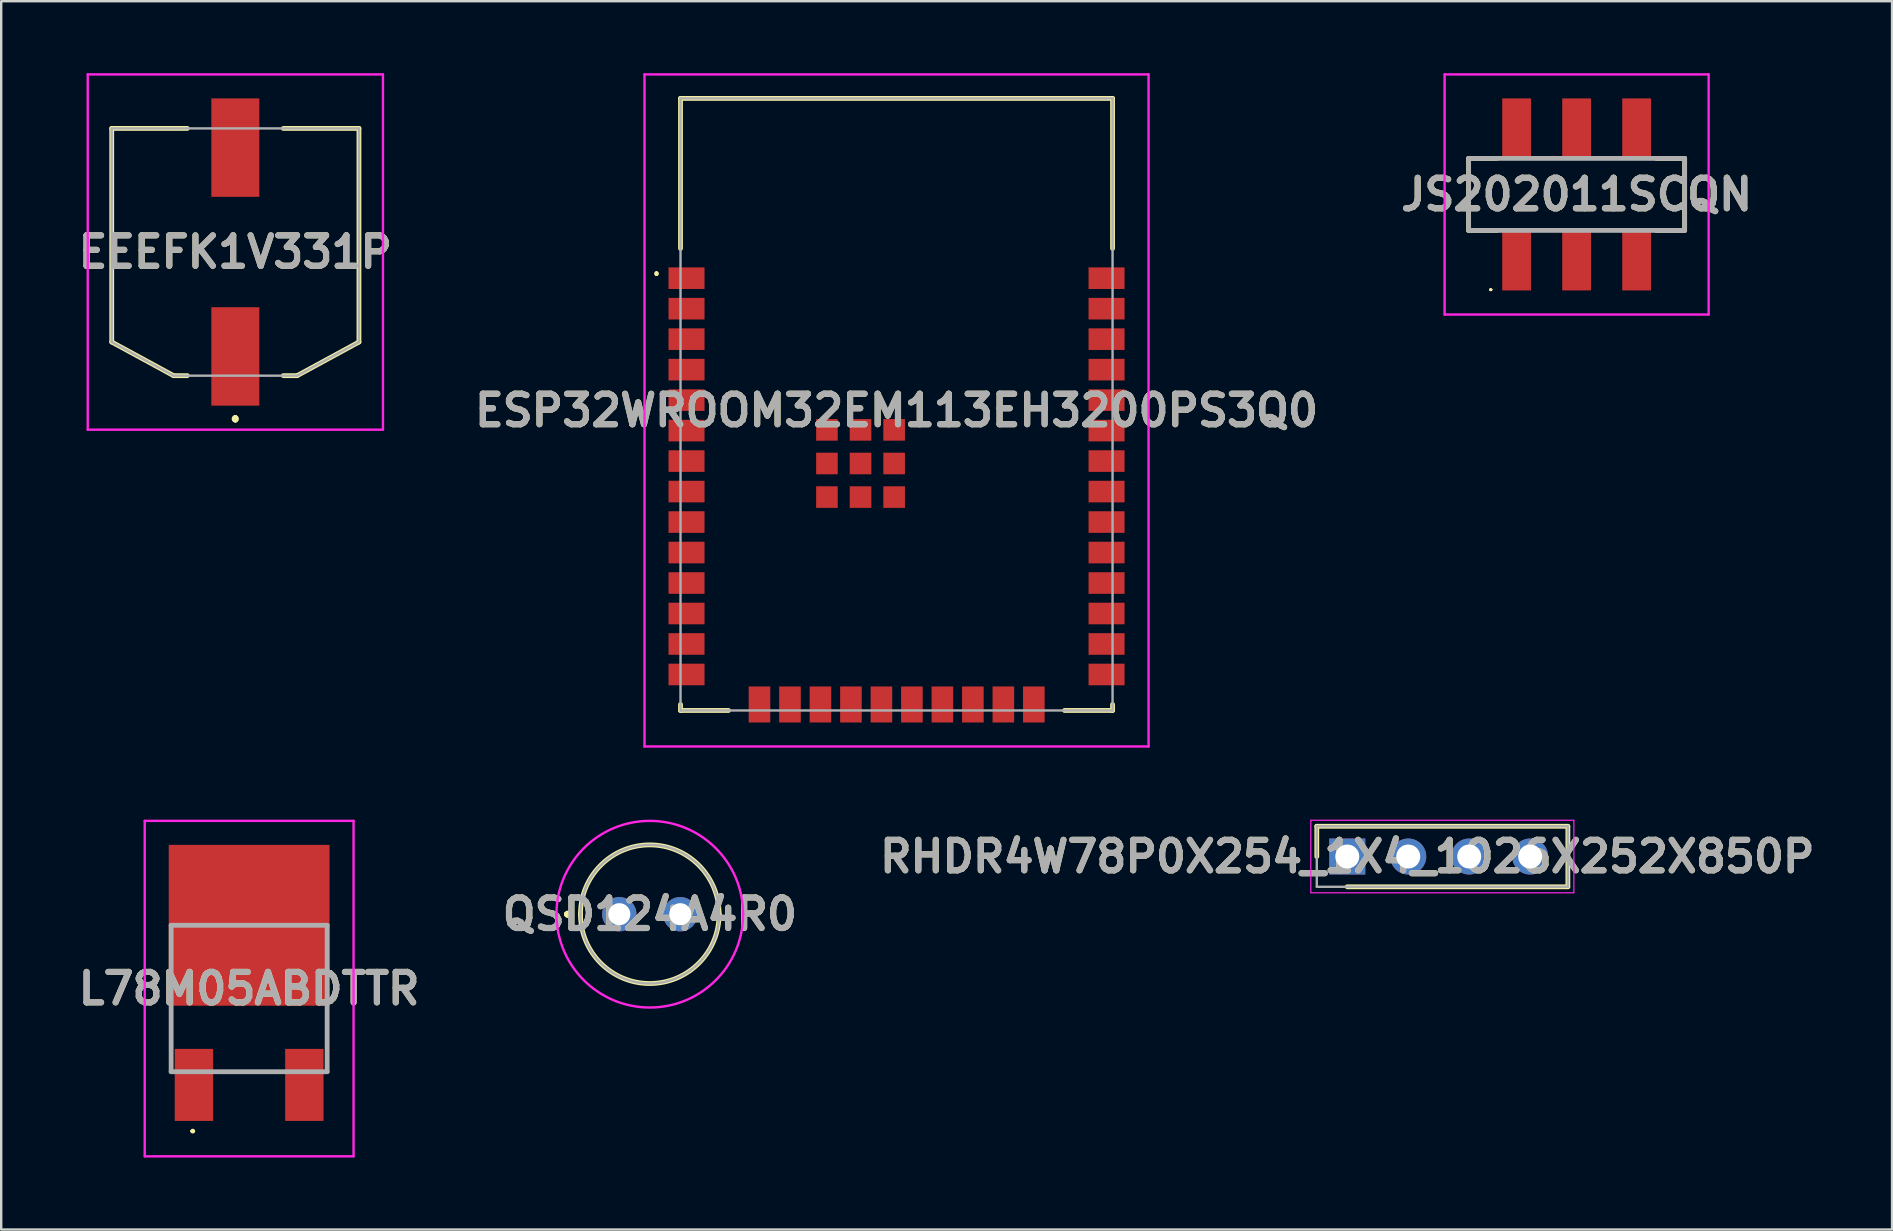
<source format=kicad_pcb>
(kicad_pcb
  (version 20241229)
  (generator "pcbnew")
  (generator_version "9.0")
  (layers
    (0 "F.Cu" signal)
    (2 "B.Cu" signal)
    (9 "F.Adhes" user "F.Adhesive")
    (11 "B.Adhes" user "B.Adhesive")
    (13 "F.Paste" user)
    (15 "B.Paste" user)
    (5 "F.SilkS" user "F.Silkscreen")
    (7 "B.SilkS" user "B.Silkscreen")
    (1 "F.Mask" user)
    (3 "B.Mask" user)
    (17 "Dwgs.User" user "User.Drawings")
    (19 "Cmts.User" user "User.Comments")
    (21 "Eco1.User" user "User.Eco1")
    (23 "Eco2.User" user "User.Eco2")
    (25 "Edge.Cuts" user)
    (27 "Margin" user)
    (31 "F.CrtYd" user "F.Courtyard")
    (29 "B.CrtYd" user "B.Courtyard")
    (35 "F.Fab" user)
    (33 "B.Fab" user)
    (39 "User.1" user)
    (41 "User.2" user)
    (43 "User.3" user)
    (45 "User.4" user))
  (footprint "L78M05ABDTTR"
    (layer "F.Cu")
    (at 7.33 38.825)
    (property "Reference" "L78M05ABDTTR" (at 0 -0.688 0) (layer "F.SilkS") (effects (font (size 1.27 1.27) (thickness 0.254))))
    (attr smd)
    (fp_line (start -3.25 0.5) (end -3.25 1.5) (stroke (width 0.1) (type solid)) (layer "F.SilkS"))
    (fp_line (start -2.4 5.25) (end -2.4 5.25) (stroke (width 0.1) (type solid)) (layer "F.SilkS"))
    (fp_line (start -2.3 5.25) (end -2.3 5.25) (stroke (width 0.1) (type solid)) (layer "F.SilkS"))
    (fp_line (start -1.25 2.775) (end 1.25 2.775) (stroke (width 0.1) (type solid)) (layer "F.SilkS"))
    (fp_line (start 3.25 0.5) (end 3.25 1.5) (stroke (width 0.1) (type solid)) (layer "F.SilkS"))
    (fp_arc (start -2.4 5.25) (mid -2.35 5.2) (end -2.3 5.25) (stroke (width 0.1) (type solid)) (layer "F.SilkS"))
    (fp_arc (start -2.3 5.25) (mid -2.35 5.3) (end -2.4 5.25) (stroke (width 0.1) (type solid)) (layer "F.SilkS"))
    (fp_line (start -4.35 -7.675) (end 4.35 -7.675) (stroke (width 0.1) (type solid)) (layer "F.CrtYd"))
    (fp_line (start -4.35 6.3) (end -4.35 -7.675) (stroke (width 0.1) (type solid)) (layer "F.CrtYd"))
    (fp_line (start 4.35 -7.675) (end 4.35 6.3) (stroke (width 0.1) (type solid)) (layer "F.CrtYd"))
    (fp_line (start 4.35 6.3) (end -4.35 6.3) (stroke (width 0.1) (type solid)) (layer "F.CrtYd"))
    (fp_line (start -3.25 -3.325) (end 3.25 -3.325) (stroke (width 0.2) (type solid)) (layer "F.Fab"))
    (fp_line (start -3.25 2.775) (end -3.25 -3.325) (stroke (width 0.2) (type solid)) (layer "F.Fab"))
    (fp_line (start 3.25 -3.325) (end 3.25 2.775) (stroke (width 0.2) (type solid)) (layer "F.Fab"))
    (fp_line (start 3.25 2.775) (end -3.25 2.775) (stroke (width 0.2) (type solid)) (layer "F.Fab"))
    (fp_text user "${REFERENCE}" (at 0 -0.688 0) (layer "F.Fab") (effects (font (size 1.27 1.27) (thickness 0.254))))
    (pad "1" smd rect (at -2.3 3.325) (size 1.6 3) (layers "F.Cu" "F.Mask" "F.Paste"))
    (pad "2" smd rect (at 0 -3.325 90) (size 6.7 6.7) (layers "F.Cu" "F.Mask" "F.Paste"))
    (pad "3" smd rect (at 2.3 3.325) (size 1.6 3) (layers "F.Cu" "F.Mask" "F.Paste")))
  (footprint "JS202011SCQN"
    (layer "F.Cu")
    (at 62.636 5.05)
    (property "Reference" "JS202011SCQN" (at 0 0.002 0) (layer "F.SilkS") (effects (font (size 1.27 1.27) (thickness 0.254))))
    (attr smd)
    (fp_line (start -4.5 -1.5) (end -4.5 1.5) (stroke (width 0.2) (type solid)) (layer "F.SilkS"))
    (fp_line (start -4.5 -1.5) (end -3.323 -1.5) (stroke (width 0.2) (type solid)) (layer "F.SilkS"))
    (fp_line (start -4.5 1.5) (end -3.323 1.5) (stroke (width 0.2) (type solid)) (layer "F.SilkS"))
    (fp_line (start -3.614 3.968) (end -3.614 3.968) (stroke (width 0.072) (type solid)) (layer "F.SilkS"))
    (fp_line (start -3.542 3.968) (end -3.542 3.968) (stroke (width 0.072) (type solid)) (layer "F.SilkS"))
    (fp_line (start 4.5 -1.5) (end 3.323 -1.5) (stroke (width 0.2) (type solid)) (layer "F.SilkS"))
    (fp_line (start 4.5 1.5) (end 3.323 1.5) (stroke (width 0.2) (type solid)) (layer "F.SilkS"))
    (fp_line (start 4.5 1.5) (end 4.5 -1.5) (stroke (width 0.2) (type solid)) (layer "F.SilkS"))
    (fp_arc (start -3.614 3.968) (mid -3.578 3.932) (end -3.542 3.968) (stroke (width 0.07159) (type solid)) (layer "F.SilkS"))
    (fp_arc (start -3.542 3.968) (mid -3.578 4.004) (end -3.614 3.968) (stroke (width 0.07159) (type solid)) (layer "F.SilkS"))
    (fp_line (start -5.5 -5) (end 5.5 -5) (stroke (width 0.1) (type solid)) (layer "F.CrtYd"))
    (fp_line (start -5.5 5.004) (end -5.5 -5) (stroke (width 0.1) (type solid)) (layer "F.CrtYd"))
    (fp_line (start 5.5 -5) (end 5.5 5.004) (stroke (width 0.1) (type solid)) (layer "F.CrtYd"))
    (fp_line (start 5.5 5.004) (end -5.5 5.004) (stroke (width 0.1) (type solid)) (layer "F.CrtYd"))
    (fp_line (start -4.5 -1.5) (end 4.5 -1.5) (stroke (width 0.2) (type solid)) (layer "F.Fab"))
    (fp_line (start -4.5 1.5) (end -4.5 -1.5) (stroke (width 0.2) (type solid)) (layer "F.Fab"))
    (fp_line (start 4.5 -1.5) (end 4.5 1.5) (stroke (width 0.2) (type solid)) (layer "F.Fab"))
    (fp_line (start 4.5 1.5) (end -4.5 1.5) (stroke (width 0.2) (type solid)) (layer "F.Fab"))
    (fp_text user "${REFERENCE}" (at 0 0.002 0) (layer "F.Fab") (effects (font (size 1.27 1.27) (thickness 0.254))))
    (pad "1" smd rect (at -2.5 2.75) (size 1.2 2.5) (layers "F.Cu" "F.Mask" "F.Paste"))
    (pad "2" smd rect (at 0 2.75) (size 1.2 2.5) (layers "F.Cu" "F.Mask" "F.Paste"))
    (pad "3" smd rect (at 2.5 2.75) (size 1.2 2.5) (layers "F.Cu" "F.Mask" "F.Paste"))
    (pad "4" smd rect (at 2.5 -2.75) (size 1.2 2.5) (layers "F.Cu" "F.Mask" "F.Paste"))
    (pad "5" smd rect (at 0 -2.75) (size 1.2 2.5) (layers "F.Cu" "F.Mask" "F.Paste"))
    (pad "6" smd rect (at -2.5 -2.75) (size 1.2 2.5) (layers "F.Cu" "F.Mask" "F.Paste")))
  (footprint "EEEFK1V331P"
    (layer "F.Cu")
    (at 6.755 7.45)
    (property "Reference" "EEEFK1V331P" (at 0 0 0) (layer "F.SilkS") (effects (font (size 1.27 1.27) (thickness 0.254))))
    (attr smd)
    (fp_line (start -5.15 -5.15) (end -2 -5.15) (stroke (width 0.2) (type solid)) (layer "F.SilkS"))
    (fp_line (start -5.15 3.75) (end -5.15 -5.15) (stroke (width 0.2) (type solid)) (layer "F.SilkS"))
    (fp_line (start -2.575 5.15) (end -5.15 3.75) (stroke (width 0.2) (type solid)) (layer "F.SilkS"))
    (fp_line (start -2 5.15) (end -2.575 5.15) (stroke (width 0.2) (type solid)) (layer "F.SilkS"))
    (fp_line (start 0 6.9) (end 0 6.9) (stroke (width 0.2) (type solid)) (layer "F.SilkS"))
    (fp_line (start 0 6.9) (end 0 6.9) (stroke (width 0.2) (type solid)) (layer "F.SilkS"))
    (fp_line (start 0 7) (end 0 7) (stroke (width 0.2) (type solid)) (layer "F.SilkS"))
    (fp_line (start 2 -5.15) (end 5.15 -5.15) (stroke (width 0.2) (type solid)) (layer "F.SilkS"))
    (fp_line (start 2.575 5.15) (end 2 5.15) (stroke (width 0.2) (type solid)) (layer "F.SilkS"))
    (fp_line (start 5.15 -5.15) (end 5.15 3.75) (stroke (width 0.2) (type solid)) (layer "F.SilkS"))
    (fp_line (start 5.15 3.75) (end 2.575 5.15) (stroke (width 0.2) (type solid)) (layer "F.SilkS"))
    (fp_arc (start 0 6.9) (mid 0.05 6.95) (end 0 7) (stroke (width 0.2) (type solid)) (layer "F.SilkS"))
    (fp_arc (start 0 7) (mid -0.05 6.95) (end 0 6.9) (stroke (width 0.2) (type solid)) (layer "F.SilkS"))
    (fp_arc (start 0 7) (mid -0.05 6.95) (end 0 6.9) (stroke (width 0.2) (type solid)) (layer "F.SilkS"))
    (fp_line (start -6.15 -7.4) (end 6.15 -7.4) (stroke (width 0.1) (type solid)) (layer "F.CrtYd"))
    (fp_line (start -6.15 7.4) (end -6.15 -7.4) (stroke (width 0.1) (type solid)) (layer "F.CrtYd"))
    (fp_line (start 6.15 -7.4) (end 6.15 7.4) (stroke (width 0.1) (type solid)) (layer "F.CrtYd"))
    (fp_line (start 6.15 7.4) (end -6.15 7.4) (stroke (width 0.1) (type solid)) (layer "F.CrtYd"))
    (fp_line (start -5.15 -5.15) (end 5.15 -5.15) (stroke (width 0.1) (type solid)) (layer "F.Fab"))
    (fp_line (start -5.15 3.75) (end -5.15 -5.15) (stroke (width 0.1) (type solid)) (layer "F.Fab"))
    (fp_line (start -2.575 5.15) (end -5.15 3.75) (stroke (width 0.1) (type solid)) (layer "F.Fab"))
    (fp_line (start 2.575 5.15) (end -2.575 5.15) (stroke (width 0.1) (type solid)) (layer "F.Fab"))
    (fp_line (start 5.15 -5.15) (end 5.15 3.75) (stroke (width 0.1) (type solid)) (layer "F.Fab"))
    (fp_line (start 5.15 3.75) (end 2.575 5.15) (stroke (width 0.1) (type solid)) (layer "F.Fab"))
    (fp_text user "${REFERENCE}" (at 0 0 0) (layer "F.Fab") (effects (font (size 1.27 1.27) (thickness 0.254))))
    (pad "1" smd rect (at 0 4.35) (size 2 4.1) (layers "F.Cu" "F.Mask" "F.Paste"))
    (pad "2" smd rect (at 0 -4.35) (size 2 4.1) (layers "F.Cu" "F.Mask" "F.Paste")))
  (footprint "ESP32WROOM32EM113EH3200PS3Q0"
    (layer "F.Cu")
    (at 34.302 13.8)
    (property "Reference" "ESP32WROOM32EM113EH3200PS3Q0" (at 0 0.25 0) (layer "F.SilkS") (effects (font (size 1.27 1.27) (thickness 0.254))))
    (attr smd)
    (fp_line (start -10 -5.5) (end -10 -5.5) (stroke (width 0.1) (type solid)) (layer "F.SilkS"))
    (fp_line (start -10 -5.4) (end -10 -5.4) (stroke (width 0.1) (type solid)) (layer "F.SilkS"))
    (fp_line (start -9 -12.75) (end 9 -12.75) (stroke (width 0.2) (type solid)) (layer "F.SilkS"))
    (fp_line (start -9 -6.5) (end -9 -12.75) (stroke (width 0.2) (type solid)) (layer "F.SilkS"))
    (fp_line (start -9 12.5) (end -9 12.75) (stroke (width 0.2) (type solid)) (layer "F.SilkS"))
    (fp_line (start -9 12.75) (end -7 12.75) (stroke (width 0.2) (type solid)) (layer "F.SilkS"))
    (fp_line (start 7 12.75) (end 9 12.75) (stroke (width 0.2) (type solid)) (layer "F.SilkS"))
    (fp_line (start 9 -12.75) (end 9 -6.5) (stroke (width 0.2) (type solid)) (layer "F.SilkS"))
    (fp_line (start 9 12.75) (end 9 12.5) (stroke (width 0.2) (type solid)) (layer "F.SilkS"))
    (fp_arc (start -10 -5.5) (mid -9.95 -5.45) (end -10 -5.4) (stroke (width 0.1) (type solid)) (layer "F.SilkS"))
    (fp_arc (start -10 -5.4) (mid -10.05 -5.45) (end -10 -5.5) (stroke (width 0.1) (type solid)) (layer "F.SilkS"))
    (fp_line (start -10.5 -13.75) (end 10.5 -13.75) (stroke (width 0.1) (type solid)) (layer "F.CrtYd"))
    (fp_line (start -10.5 14.25) (end -10.5 -13.75) (stroke (width 0.1) (type solid)) (layer "F.CrtYd"))
    (fp_line (start 10.5 -13.75) (end 10.5 14.25) (stroke (width 0.1) (type solid)) (layer "F.CrtYd"))
    (fp_line (start 10.5 14.25) (end -10.5 14.25) (stroke (width 0.1) (type solid)) (layer "F.CrtYd"))
    (fp_line (start -9 -12.75) (end 9 -12.75) (stroke (width 0.1) (type solid)) (layer "F.Fab"))
    (fp_line (start -9 12.75) (end -9 -12.75) (stroke (width 0.1) (type solid)) (layer "F.Fab"))
    (fp_line (start 9 -12.75) (end 9 12.75) (stroke (width 0.1) (type solid)) (layer "F.Fab"))
    (fp_line (start 9 12.75) (end -9 12.75) (stroke (width 0.1) (type solid)) (layer "F.Fab"))
    (fp_text user "${REFERENCE}" (at 0 0.25 0) (layer "F.Fab") (effects (font (size 1.27 1.27) (thickness 0.254))))
    (pad "1" smd rect (at -8.75 -5.26 90) (size 0.9 1.5) (layers "F.Cu" "F.Mask" "F.Paste"))
    (pad "2" smd rect (at -8.75 -3.99 90) (size 0.9 1.5) (layers "F.Cu" "F.Mask" "F.Paste"))
    (pad "3" smd rect (at -8.75 -2.72 90) (size 0.9 1.5) (layers "F.Cu" "F.Mask" "F.Paste"))
    (pad "4" smd rect (at -8.75 -1.45 90) (size 0.9 1.5) (layers "F.Cu" "F.Mask" "F.Paste"))
    (pad "5" smd rect (at -8.75 -0.18 90) (size 0.9 1.5) (layers "F.Cu" "F.Mask" "F.Paste"))
    (pad "6" smd rect (at -8.75 1.09 90) (size 0.9 1.5) (layers "F.Cu" "F.Mask" "F.Paste"))
    (pad "7" smd rect (at -8.75 2.36 90) (size 0.9 1.5) (layers "F.Cu" "F.Mask" "F.Paste"))
    (pad "8" smd rect (at -8.75 3.63 90) (size 0.9 1.5) (layers "F.Cu" "F.Mask" "F.Paste"))
    (pad "9" smd rect (at -8.75 4.9 90) (size 0.9 1.5) (layers "F.Cu" "F.Mask" "F.Paste"))
    (pad "10" smd rect (at -8.75 6.17 90) (size 0.9 1.5) (layers "F.Cu" "F.Mask" "F.Paste"))
    (pad "11" smd rect (at -8.75 7.44 90) (size 0.9 1.5) (layers "F.Cu" "F.Mask" "F.Paste"))
    (pad "12" smd rect (at -8.75 8.71 90) (size 0.9 1.5) (layers "F.Cu" "F.Mask" "F.Paste"))
    (pad "13" smd rect (at -8.75 9.98 90) (size 0.9 1.5) (layers "F.Cu" "F.Mask" "F.Paste"))
    (pad "14" smd rect (at -8.75 11.25 90) (size 0.9 1.5) (layers "F.Cu" "F.Mask" "F.Paste"))
    (pad "15" smd rect (at -5.71 12.5) (size 0.9 1.5) (layers "F.Cu" "F.Mask" "F.Paste"))
    (pad "16" smd rect (at -4.44 12.5) (size 0.9 1.5) (layers "F.Cu" "F.Mask" "F.Paste"))
    (pad "17" smd rect (at -3.17 12.5) (size 0.9 1.5) (layers "F.Cu" "F.Mask" "F.Paste"))
    (pad "18" smd rect (at -1.9 12.5) (size 0.9 1.5) (layers "F.Cu" "F.Mask" "F.Paste"))
    (pad "19" smd rect (at -0.63 12.5) (size 0.9 1.5) (layers "F.Cu" "F.Mask" "F.Paste"))
    (pad "20" smd rect (at 0.64 12.5) (size 0.9 1.5) (layers "F.Cu" "F.Mask" "F.Paste"))
    (pad "21" smd rect (at 1.91 12.5) (size 0.9 1.5) (layers "F.Cu" "F.Mask" "F.Paste"))
    (pad "22" smd rect (at 3.18 12.5) (size 0.9 1.5) (layers "F.Cu" "F.Mask" "F.Paste"))
    (pad "23" smd rect (at 4.45 12.5) (size 0.9 1.5) (layers "F.Cu" "F.Mask" "F.Paste"))
    (pad "24" smd rect (at 5.72 12.5) (size 0.9 1.5) (layers "F.Cu" "F.Mask" "F.Paste"))
    (pad "25" smd rect (at 8.75 11.25 90) (size 0.9 1.5) (layers "F.Cu" "F.Mask" "F.Paste"))
    (pad "26" smd rect (at 8.75 9.98 90) (size 0.9 1.5) (layers "F.Cu" "F.Mask" "F.Paste"))
    (pad "27" smd rect (at 8.75 8.71 90) (size 0.9 1.5) (layers "F.Cu" "F.Mask" "F.Paste"))
    (pad "28" smd rect (at 8.75 7.44 90) (size 0.9 1.5) (layers "F.Cu" "F.Mask" "F.Paste"))
    (pad "29" smd rect (at 8.75 6.17 90) (size 0.9 1.5) (layers "F.Cu" "F.Mask" "F.Paste"))
    (pad "30" smd rect (at 8.75 4.9 90) (size 0.9 1.5) (layers "F.Cu" "F.Mask" "F.Paste"))
    (pad "31" smd rect (at 8.75 3.63 90) (size 0.9 1.5) (layers "F.Cu" "F.Mask" "F.Paste"))
    (pad "32" smd rect (at 8.75 2.36 90) (size 0.9 1.5) (layers "F.Cu" "F.Mask" "F.Paste"))
    (pad "33" smd rect (at 8.75 1.09 90) (size 0.9 1.5) (layers "F.Cu" "F.Mask" "F.Paste"))
    (pad "34" smd rect (at 8.75 -0.18 90) (size 0.9 1.5) (layers "F.Cu" "F.Mask" "F.Paste"))
    (pad "35" smd rect (at 8.75 -1.45 90) (size 0.9 1.5) (layers "F.Cu" "F.Mask" "F.Paste"))
    (pad "36" smd rect (at 8.75 -2.72 90) (size 0.9 1.5) (layers "F.Cu" "F.Mask" "F.Paste"))
    (pad "37" smd rect (at 8.75 -3.99 90) (size 0.9 1.5) (layers "F.Cu" "F.Mask" "F.Paste"))
    (pad "38" smd rect (at 8.75 -5.26 90) (size 0.9 1.5) (layers "F.Cu" "F.Mask" "F.Paste"))
    (pad "39" smd rect (at -1.5 2.46) (size 0.9 0.9) (layers "F.Cu" "F.Mask" "F.Paste"))
    (pad "40" smd rect (at -1.5 3.86) (size 0.9 0.9) (layers "F.Cu" "F.Mask" "F.Paste"))
    (pad "41" smd rect (at -0.1 3.86) (size 0.9 0.9) (layers "F.Cu" "F.Mask" "F.Paste"))
    (pad "42" smd rect (at -0.1 2.46) (size 0.9 0.9) (layers "F.Cu" "F.Mask" "F.Paste"))
    (pad "43" smd rect (at -0.1 1.06) (size 0.9 0.9) (layers "F.Cu" "F.Mask" "F.Paste"))
    (pad "44" smd rect (at -1.5 1.06) (size 0.9 0.9) (layers "F.Cu" "F.Mask" "F.Paste"))
    (pad "45" smd rect (at -2.9 1.06) (size 0.9 0.9) (layers "F.Cu" "F.Mask" "F.Paste"))
    (pad "46" smd rect (at -2.9 2.46) (size 0.9 0.9) (layers "F.Cu" "F.Mask" "F.Paste"))
    (pad "47" smd rect (at -2.9 3.86) (size 0.9 0.9) (layers "F.Cu" "F.Mask" "F.Paste")))
  (footprint "RHDR4W78P0X254_1X4_1026X252X850P"
    (layer "F.Cu")
    (at 53.081 32.635)
    (property "Reference" "RHDR4W78P0X254_1X4_1026X252X850P" (at 0 0 0) (layer "F.SilkS") (effects (font (size 1.27 1.27) (thickness 0.254))))
    (attr through_hole)
    (fp_line (start -1.27 -1.26) (end -1.27 0) (stroke (width 0.2) (type solid)) (layer "F.SilkS"))
    (fp_line (start 0 1.26) (end 9.19 1.26) (stroke (width 0.2) (type solid)) (layer "F.SilkS"))
    (fp_line (start 9.19 -1.26) (end -1.27 -1.26) (stroke (width 0.2) (type solid)) (layer "F.SilkS"))
    (fp_line (start 9.19 1.26) (end 9.19 -1.26) (stroke (width 0.2) (type solid)) (layer "F.SilkS"))
    (fp_line (start -1.52 -1.51) (end 9.44 -1.51) (stroke (width 0.05) (type solid)) (layer "F.CrtYd"))
    (fp_line (start -1.52 1.51) (end -1.52 -1.51) (stroke (width 0.05) (type solid)) (layer "F.CrtYd"))
    (fp_line (start 9.44 -1.51) (end 9.44 1.51) (stroke (width 0.05) (type solid)) (layer "F.CrtYd"))
    (fp_line (start 9.44 1.51) (end -1.52 1.51) (stroke (width 0.05) (type solid)) (layer "F.CrtYd"))
    (fp_line (start -1.27 -1.26) (end 9.19 -1.26) (stroke (width 0.1) (type solid)) (layer "F.Fab"))
    (fp_line (start -1.27 1.26) (end -1.27 -1.26) (stroke (width 0.1) (type solid)) (layer "F.Fab"))
    (fp_line (start 9.19 -1.26) (end 9.19 1.26) (stroke (width 0.1) (type solid)) (layer "F.Fab"))
    (fp_line (start 9.19 1.26) (end -1.27 1.26) (stroke (width 0.1) (type solid)) (layer "F.Fab"))
    (fp_text user "${REFERENCE}" (at 0 0 0) (layer "F.Fab") (effects (font (size 1.27 1.27) (thickness 0.254))))
    (pad "1" thru_hole rect (at 0 0) (size 1.5 1.5) (drill 1) (layers "*.Cu" "*.Mask"))
    (pad "2" thru_hole circle (at 2.54 0) (size 1.5 1.5) (drill 1) (layers "*.Cu" "*.Mask"))
    (pad "3" thru_hole circle (at 5.08 0) (size 1.5 1.5) (drill 1) (layers "*.Cu" "*.Mask"))
    (pad "4" thru_hole circle (at 7.62 0) (size 1.5 1.5) (drill 1) (layers "*.Cu" "*.Mask")))
  (footprint "QSD124A4R0"
    (layer "F.Cu")
    (at 22.752 35.038)
    (property "Reference" "QSD124A4R0" (at 1.27 0 0) (layer "F.SilkS") (effects (font (size 1.27 1.27) (thickness 0.254))))
    (attr through_hole)
    (fp_line (start -2.2 0) (end -2.2 0) (stroke (width 0.2) (type solid)) (layer "F.SilkS"))
    (fp_line (start -2.2 0) (end -2.2 0) (stroke (width 0.2) (type solid)) (layer "F.SilkS"))
    (fp_line (start -2.1 0) (end -2.1 0) (stroke (width 0.2) (type solid)) (layer "F.SilkS"))
    (fp_line (start -1.618 0) (end -1.618 0) (stroke (width 0.2) (type solid)) (layer "F.SilkS"))
    (fp_line (start 4.158 0) (end 4.158 0) (stroke (width 0.2) (type solid)) (layer "F.SilkS"))
    (fp_arc (start -2.2 0) (mid -2.15 -0.05) (end -2.1 0) (stroke (width 0.2) (type solid)) (layer "F.SilkS"))
    (fp_arc (start -2.1 0) (mid -2.15 0.05) (end -2.2 0) (stroke (width 0.2) (type solid)) (layer "F.SilkS"))
    (fp_arc (start -2.1 0) (mid -2.15 0.05) (end -2.2 0) (stroke (width 0.2) (type solid)) (layer "F.SilkS"))
    (fp_arc (start -1.618 0) (mid 1.27 -2.888) (end 4.158 0) (stroke (width 0.2) (type solid)) (layer "F.SilkS"))
    (fp_arc (start 4.158 0) (mid 1.27 2.888) (end -1.618 0) (stroke (width 0.2) (type solid)) (layer "F.SilkS"))
    (fp_line (start -2.618 0) (end -2.618 0) (stroke (width 0.1) (type solid)) (layer "F.CrtYd"))
    (fp_line (start 5.158 0) (end 5.158 0) (stroke (width 0.1) (type solid)) (layer "F.CrtYd"))
    (fp_arc (start -2.618 0) (mid 1.27 -3.888) (end 5.158 0) (stroke (width 0.1) (type solid)) (layer "F.CrtYd"))
    (fp_arc (start 5.158 0) (mid 1.27 3.888) (end -2.618 0) (stroke (width 0.1) (type solid)) (layer "F.CrtYd"))
    (fp_line (start -1.617 0) (end -1.617 0) (stroke (width 0.1) (type solid)) (layer "F.Fab"))
    (fp_line (start 4.158 0) (end 4.158 0) (stroke (width 0.1) (type solid)) (layer "F.Fab"))
    (fp_arc (start -1.617 0) (mid 1.2705 -2.8875) (end 4.158 0) (stroke (width 0.1) (type solid)) (layer "F.Fab"))
    (fp_arc (start 4.158 0) (mid 1.2705 2.8875) (end -1.617 0) (stroke (width 0.1) (type solid)) (layer "F.Fab"))
    (fp_text user "${REFERENCE}" (at 1.27 0 0) (layer "F.Fab") (effects (font (size 1.27 1.27) (thickness 0.254))))
    (pad "1" thru_hole circle (at 0 0) (size 1.431 1.431) (drill 0.92) (layers "*.Cu" "*.Mask"))
    (pad "2" thru_hole circle (at 2.54 0) (size 1.431 1.431) (drill 0.92) (layers "*.Cu" "*.Mask")))
  (gr_rect
    (start -3 -3)
    (end 75.778 48.175)
    (stroke (width 0.1) (type default))
    (fill no)
    (layer "Edge.Cuts")))
</source>
